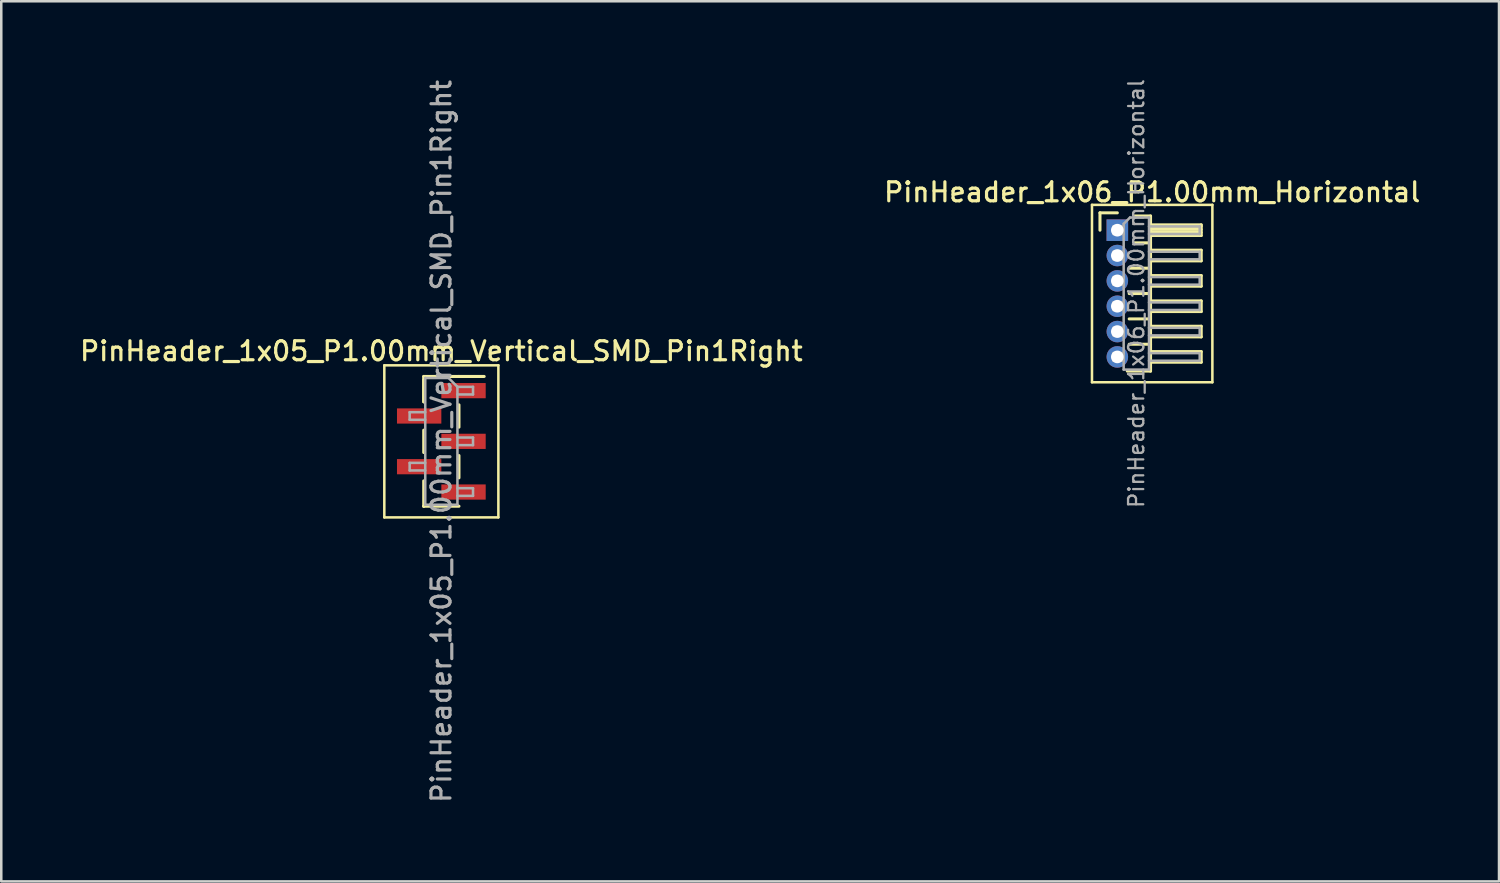
<source format=kicad_pcb>
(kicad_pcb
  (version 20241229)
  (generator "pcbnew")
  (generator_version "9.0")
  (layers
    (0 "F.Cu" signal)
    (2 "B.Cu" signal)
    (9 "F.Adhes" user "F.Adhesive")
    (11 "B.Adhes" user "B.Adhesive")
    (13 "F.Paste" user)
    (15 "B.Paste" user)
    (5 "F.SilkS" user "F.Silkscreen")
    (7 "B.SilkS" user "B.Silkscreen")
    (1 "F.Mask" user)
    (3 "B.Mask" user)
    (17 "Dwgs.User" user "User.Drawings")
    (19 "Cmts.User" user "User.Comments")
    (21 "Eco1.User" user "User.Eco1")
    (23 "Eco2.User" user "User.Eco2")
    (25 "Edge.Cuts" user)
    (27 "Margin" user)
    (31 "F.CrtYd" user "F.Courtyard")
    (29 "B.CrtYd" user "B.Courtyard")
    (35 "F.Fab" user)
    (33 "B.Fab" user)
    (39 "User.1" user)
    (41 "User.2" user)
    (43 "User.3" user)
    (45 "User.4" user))
  (footprint "PinHeader_1x06_P1.00mm_Horizontal"
    (layer "F.Cu")
    (at 41.034 6.032)
    (property "Reference" "PinHeader_1x06_P1.00mm_Horizontal" (at 1.375 -1.5 0) (layer "F.SilkS") (effects (font (size 0.75 0.75) (thickness 0.125))))
    (attr through_hole)
    (fp_line (start -1 -1) (end -1 6) (stroke (width 0.1) (type solid)) (layer "F.SilkS"))
    (fp_line (start -1 6) (end 3.75 6) (stroke (width 0.1) (type solid)) (layer "F.SilkS"))
    (fp_line (start -0.685 -0.685) (end 0 -0.685) (stroke (width 0.12) (type solid)) (layer "F.SilkS"))
    (fp_line (start -0.685 0) (end -0.685 -0.685) (stroke (width 0.12) (type solid)) (layer "F.SilkS"))
    (fp_line (start 0.468 1.5) (end 1.31 1.5) (stroke (width 0.12) (type solid)) (layer "F.SilkS"))
    (fp_line (start 0.468 2.5) (end 1.31 2.5) (stroke (width 0.12) (type solid)) (layer "F.SilkS"))
    (fp_line (start 0.468 3.5) (end 1.31 3.5) (stroke (width 0.12) (type solid)) (layer "F.SilkS"))
    (fp_line (start 0.468 4.5) (end 1.31 4.5) (stroke (width 0.12) (type solid)) (layer "F.SilkS"))
    (fp_line (start 0.685 -0.56) (end 1.31 -0.56) (stroke (width 0.12) (type solid)) (layer "F.SilkS"))
    (fp_line (start 0.685 0.5) (end 1.31 0.5) (stroke (width 0.12) (type solid)) (layer "F.SilkS"))
    (fp_line (start 1.31 -0.56) (end 1.31 5.56) (stroke (width 0.12) (type solid)) (layer "F.SilkS"))
    (fp_line (start 1.31 -0.21) (end 3.31 -0.21) (stroke (width 0.12) (type solid)) (layer "F.SilkS"))
    (fp_line (start 1.31 -0.15) (end 3.31 -0.15) (stroke (width 0.12) (type solid)) (layer "F.SilkS"))
    (fp_line (start 1.31 -0.03) (end 3.31 -0.03) (stroke (width 0.12) (type solid)) (layer "F.SilkS"))
    (fp_line (start 1.31 0.09) (end 3.31 0.09) (stroke (width 0.12) (type solid)) (layer "F.SilkS"))
    (fp_line (start 1.31 0.79) (end 3.31 0.79) (stroke (width 0.12) (type solid)) (layer "F.SilkS"))
    (fp_line (start 1.31 1.79) (end 3.31 1.79) (stroke (width 0.12) (type solid)) (layer "F.SilkS"))
    (fp_line (start 1.31 2.79) (end 3.31 2.79) (stroke (width 0.12) (type solid)) (layer "F.SilkS"))
    (fp_line (start 1.31 3.79) (end 3.31 3.79) (stroke (width 0.12) (type solid)) (layer "F.SilkS"))
    (fp_line (start 1.31 4.79) (end 3.31 4.79) (stroke (width 0.12) (type solid)) (layer "F.SilkS"))
    (fp_line (start 1.31 5.56) (end 0.394 5.56) (stroke (width 0.12) (type solid)) (layer "F.SilkS"))
    (fp_line (start 3.31 -0.21) (end 3.31 0.21) (stroke (width 0.12) (type solid)) (layer "F.SilkS"))
    (fp_line (start 3.31 0.21) (end 1.31 0.21) (stroke (width 0.12) (type solid)) (layer "F.SilkS"))
    (fp_line (start 3.31 0.79) (end 3.31 1.21) (stroke (width 0.12) (type solid)) (layer "F.SilkS"))
    (fp_line (start 3.31 1.21) (end 1.31 1.21) (stroke (width 0.12) (type solid)) (layer "F.SilkS"))
    (fp_line (start 3.31 1.79) (end 3.31 2.21) (stroke (width 0.12) (type solid)) (layer "F.SilkS"))
    (fp_line (start 3.31 2.21) (end 1.31 2.21) (stroke (width 0.12) (type solid)) (layer "F.SilkS"))
    (fp_line (start 3.31 2.79) (end 3.31 3.21) (stroke (width 0.12) (type solid)) (layer "F.SilkS"))
    (fp_line (start 3.31 3.21) (end 1.31 3.21) (stroke (width 0.12) (type solid)) (layer "F.SilkS"))
    (fp_line (start 3.31 3.79) (end 3.31 4.21) (stroke (width 0.12) (type solid)) (layer "F.SilkS"))
    (fp_line (start 3.31 4.21) (end 1.31 4.21) (stroke (width 0.12) (type solid)) (layer "F.SilkS"))
    (fp_line (start 3.31 4.79) (end 3.31 5.21) (stroke (width 0.12) (type solid)) (layer "F.SilkS"))
    (fp_line (start 3.31 5.21) (end 1.31 5.21) (stroke (width 0.12) (type solid)) (layer "F.SilkS"))
    (fp_line (start 3.75 -1) (end -1 -1) (stroke (width 0.1) (type solid)) (layer "F.SilkS"))
    (fp_line (start 3.75 6) (end 3.75 -1) (stroke (width 0.1) (type solid)) (layer "F.SilkS"))
    (fp_line (start -0.15 -0.15) (end -0.15 0.15) (stroke (width 0.1) (type solid)) (layer "F.Fab"))
    (fp_line (start -0.15 -0.15) (end 0.25 -0.15) (stroke (width 0.1) (type solid)) (layer "F.Fab"))
    (fp_line (start -0.15 0.15) (end 0.25 0.15) (stroke (width 0.1) (type solid)) (layer "F.Fab"))
    (fp_line (start -0.15 0.85) (end -0.15 1.15) (stroke (width 0.1) (type solid)) (layer "F.Fab"))
    (fp_line (start -0.15 0.85) (end 0.25 0.85) (stroke (width 0.1) (type solid)) (layer "F.Fab"))
    (fp_line (start -0.15 1.15) (end 0.25 1.15) (stroke (width 0.1) (type solid)) (layer "F.Fab"))
    (fp_line (start -0.15 1.85) (end -0.15 2.15) (stroke (width 0.1) (type solid)) (layer "F.Fab"))
    (fp_line (start -0.15 1.85) (end 0.25 1.85) (stroke (width 0.1) (type solid)) (layer "F.Fab"))
    (fp_line (start -0.15 2.15) (end 0.25 2.15) (stroke (width 0.1) (type solid)) (layer "F.Fab"))
    (fp_line (start -0.15 2.85) (end -0.15 3.15) (stroke (width 0.1) (type solid)) (layer "F.Fab"))
    (fp_line (start -0.15 2.85) (end 0.25 2.85) (stroke (width 0.1) (type solid)) (layer "F.Fab"))
    (fp_line (start -0.15 3.15) (end 0.25 3.15) (stroke (width 0.1) (type solid)) (layer "F.Fab"))
    (fp_line (start -0.15 3.85) (end -0.15 4.15) (stroke (width 0.1) (type solid)) (layer "F.Fab"))
    (fp_line (start -0.15 3.85) (end 0.25 3.85) (stroke (width 0.1) (type solid)) (layer "F.Fab"))
    (fp_line (start -0.15 4.15) (end 0.25 4.15) (stroke (width 0.1) (type solid)) (layer "F.Fab"))
    (fp_line (start -0.15 4.85) (end -0.15 5.15) (stroke (width 0.1) (type solid)) (layer "F.Fab"))
    (fp_line (start -0.15 4.85) (end 0.25 4.85) (stroke (width 0.1) (type solid)) (layer "F.Fab"))
    (fp_line (start -0.15 5.15) (end 0.25 5.15) (stroke (width 0.1) (type solid)) (layer "F.Fab"))
    (fp_line (start 0.25 -0.25) (end 0.5 -0.5) (stroke (width 0.1) (type solid)) (layer "F.Fab"))
    (fp_line (start 0.25 5.5) (end 0.25 -0.25) (stroke (width 0.1) (type solid)) (layer "F.Fab"))
    (fp_line (start 0.5 -0.5) (end 1.25 -0.5) (stroke (width 0.1) (type solid)) (layer "F.Fab"))
    (fp_line (start 1.25 -0.5) (end 1.25 5.5) (stroke (width 0.1) (type solid)) (layer "F.Fab"))
    (fp_line (start 1.25 -0.15) (end 3.25 -0.15) (stroke (width 0.1) (type solid)) (layer "F.Fab"))
    (fp_line (start 1.25 0.15) (end 3.25 0.15) (stroke (width 0.1) (type solid)) (layer "F.Fab"))
    (fp_line (start 1.25 0.85) (end 3.25 0.85) (stroke (width 0.1) (type solid)) (layer "F.Fab"))
    (fp_line (start 1.25 1.15) (end 3.25 1.15) (stroke (width 0.1) (type solid)) (layer "F.Fab"))
    (fp_line (start 1.25 1.85) (end 3.25 1.85) (stroke (width 0.1) (type solid)) (layer "F.Fab"))
    (fp_line (start 1.25 2.15) (end 3.25 2.15) (stroke (width 0.1) (type solid)) (layer "F.Fab"))
    (fp_line (start 1.25 2.85) (end 3.25 2.85) (stroke (width 0.1) (type solid)) (layer "F.Fab"))
    (fp_line (start 1.25 3.15) (end 3.25 3.15) (stroke (width 0.1) (type solid)) (layer "F.Fab"))
    (fp_line (start 1.25 3.85) (end 3.25 3.85) (stroke (width 0.1) (type solid)) (layer "F.Fab"))
    (fp_line (start 1.25 4.15) (end 3.25 4.15) (stroke (width 0.1) (type solid)) (layer "F.Fab"))
    (fp_line (start 1.25 4.85) (end 3.25 4.85) (stroke (width 0.1) (type solid)) (layer "F.Fab"))
    (fp_line (start 1.25 5.15) (end 3.25 5.15) (stroke (width 0.1) (type solid)) (layer "F.Fab"))
    (fp_line (start 1.25 5.5) (end 0.25 5.5) (stroke (width 0.1) (type solid)) (layer "F.Fab"))
    (fp_line (start 3.25 -0.15) (end 3.25 0.15) (stroke (width 0.1) (type solid)) (layer "F.Fab"))
    (fp_line (start 3.25 0.85) (end 3.25 1.15) (stroke (width 0.1) (type solid)) (layer "F.Fab"))
    (fp_line (start 3.25 1.85) (end 3.25 2.15) (stroke (width 0.1) (type solid)) (layer "F.Fab"))
    (fp_line (start 3.25 2.85) (end 3.25 3.15) (stroke (width 0.1) (type solid)) (layer "F.Fab"))
    (fp_line (start 3.25 3.85) (end 3.25 4.15) (stroke (width 0.1) (type solid)) (layer "F.Fab"))
    (fp_line (start 3.25 4.85) (end 3.25 5.15) (stroke (width 0.1) (type solid)) (layer "F.Fab"))
    (fp_text user "${REFERENCE}" (at 0.75 2.5 90) (layer "F.Fab") (effects (font (size 0.6 0.6) (thickness 0.09))))
    (pad "1" thru_hole rect (at 0 0) (size 0.85 0.85) (drill 0.5) (layers "*.Cu" "*.Mask"))
    (pad "2" thru_hole oval (at 0 1) (size 0.85 0.85) (drill 0.5) (layers "*.Cu" "*.Mask"))
    (pad "3" thru_hole oval (at 0 2) (size 0.85 0.85) (drill 0.5) (layers "*.Cu" "*.Mask"))
    (pad "4" thru_hole oval (at 0 3) (size 0.85 0.85) (drill 0.5) (layers "*.Cu" "*.Mask"))
    (pad "5" thru_hole oval (at 0 4) (size 0.85 0.85) (drill 0.5) (layers "*.Cu" "*.Mask"))
    (pad "6" thru_hole oval (at 0 5) (size 0.85 0.85) (drill 0.5) (layers "*.Cu" "*.Mask")))
  (footprint "PinHeader_1x05_P1.00mm_Vertical_SMD_Pin1Right"
    (layer "F.Cu")
    (at 14.363 14.363)
    (property "Reference" "PinHeader_1x05_P1.00mm_Vertical_SMD_Pin1Right" (at 0 -3.56 0) (layer "F.SilkS") (effects (font (size 0.75 0.75) (thickness 0.125))))
    (attr smd)
    (fp_line (start -2.25 -3) (end -2.25 3) (stroke (width 0.1) (type solid)) (layer "F.SilkS"))
    (fp_line (start -2.25 3) (end 2.25 3) (stroke (width 0.1) (type solid)) (layer "F.SilkS"))
    (fp_line (start -0.695 -2.56) (end -0.695 -1.56) (stroke (width 0.12) (type solid)) (layer "F.SilkS"))
    (fp_line (start -0.695 -2.56) (end 0.695 -2.56) (stroke (width 0.12) (type solid)) (layer "F.SilkS"))
    (fp_line (start -0.695 -2.44) (end -0.695 -1.56) (stroke (width 0.12) (type solid)) (layer "F.SilkS"))
    (fp_line (start -0.695 -0.44) (end -0.695 0.44) (stroke (width 0.12) (type solid)) (layer "F.SilkS"))
    (fp_line (start -0.695 1.56) (end -0.695 2.56) (stroke (width 0.12) (type solid)) (layer "F.SilkS"))
    (fp_line (start -0.695 2.56) (end -0.695 2.56) (stroke (width 0.12) (type solid)) (layer "F.SilkS"))
    (fp_line (start -0.695 2.56) (end 0.695 2.56) (stroke (width 0.12) (type solid)) (layer "F.SilkS"))
    (fp_line (start 0.695 -2.56) (end 0.695 -2.56) (stroke (width 0.12) (type solid)) (layer "F.SilkS"))
    (fp_line (start 0.695 -2.56) (end 1.69 -2.56) (stroke (width 0.12) (type solid)) (layer "F.SilkS"))
    (fp_line (start 0.695 -1.44) (end 0.695 -0.56) (stroke (width 0.12) (type solid)) (layer "F.SilkS"))
    (fp_line (start 0.695 0.56) (end 0.695 1.44) (stroke (width 0.12) (type solid)) (layer "F.SilkS"))
    (fp_line (start 2.25 -3) (end -2.25 -3) (stroke (width 0.1) (type solid)) (layer "F.SilkS"))
    (fp_line (start 2.25 3) (end 2.25 -3) (stroke (width 0.1) (type solid)) (layer "F.SilkS"))
    (fp_line (start -1.25 -1.15) (end -1.25 -0.85) (stroke (width 0.1) (type solid)) (layer "F.Fab"))
    (fp_line (start -1.25 -0.85) (end -0.635 -0.85) (stroke (width 0.1) (type solid)) (layer "F.Fab"))
    (fp_line (start -1.25 0.85) (end -1.25 1.15) (stroke (width 0.1) (type solid)) (layer "F.Fab"))
    (fp_line (start -1.25 1.15) (end -0.635 1.15) (stroke (width 0.1) (type solid)) (layer "F.Fab"))
    (fp_line (start -0.635 -2.5) (end -0.635 2.5) (stroke (width 0.1) (type solid)) (layer "F.Fab"))
    (fp_line (start -0.635 -2.5) (end 0.285 -2.5) (stroke (width 0.1) (type solid)) (layer "F.Fab"))
    (fp_line (start -0.635 -1.15) (end -1.25 -1.15) (stroke (width 0.1) (type solid)) (layer "F.Fab"))
    (fp_line (start -0.635 0.85) (end -1.25 0.85) (stroke (width 0.1) (type solid)) (layer "F.Fab"))
    (fp_line (start 0.635 -2.15) (end 0.285 -2.5) (stroke (width 0.1) (type solid)) (layer "F.Fab"))
    (fp_line (start 0.635 -2.15) (end 1.25 -2.15) (stroke (width 0.1) (type solid)) (layer "F.Fab"))
    (fp_line (start 0.635 -0.15) (end 1.25 -0.15) (stroke (width 0.1) (type solid)) (layer "F.Fab"))
    (fp_line (start 0.635 1.85) (end 1.25 1.85) (stroke (width 0.1) (type solid)) (layer "F.Fab"))
    (fp_line (start 0.635 2.5) (end -0.635 2.5) (stroke (width 0.1) (type solid)) (layer "F.Fab"))
    (fp_line (start 0.635 2.5) (end 0.635 -2.15) (stroke (width 0.1) (type solid)) (layer "F.Fab"))
    (fp_line (start 1.25 -2.15) (end 1.25 -1.85) (stroke (width 0.1) (type solid)) (layer "F.Fab"))
    (fp_line (start 1.25 -1.85) (end 0.635 -1.85) (stroke (width 0.1) (type solid)) (layer "F.Fab"))
    (fp_line (start 1.25 -0.15) (end 1.25 0.15) (stroke (width 0.1) (type solid)) (layer "F.Fab"))
    (fp_line (start 1.25 0.15) (end 0.635 0.15) (stroke (width 0.1) (type solid)) (layer "F.Fab"))
    (fp_line (start 1.25 1.85) (end 1.25 2.15) (stroke (width 0.1) (type solid)) (layer "F.Fab"))
    (fp_line (start 1.25 2.15) (end 0.635 2.15) (stroke (width 0.1) (type solid)) (layer "F.Fab"))
    (fp_text user "${REFERENCE}" (at 0 0 90) (layer "F.Fab") (effects (font (size 0.75 0.75) (thickness 0.125))))
    (pad "1" smd rect (at 0.875 -2) (size 1.75 0.6) (layers "F.Cu" "F.Mask" "F.Paste"))
    (pad "2" smd rect (at -0.875 -1) (size 1.75 0.6) (layers "F.Cu" "F.Mask" "F.Paste"))
    (pad "3" smd rect (at 0.875 0) (size 1.75 0.6) (layers "F.Cu" "F.Mask" "F.Paste"))
    (pad "4" smd rect (at -0.875 1) (size 1.75 0.6) (layers "F.Cu" "F.Mask" "F.Paste"))
    (pad "5" smd rect (at 0.875 2) (size 1.75 0.6) (layers "F.Cu" "F.Mask" "F.Paste")))
  (gr_rect
    (start -3 -3)
    (end 56.093 31.725)
    (stroke (width 0.1) (type default))
    (fill no)
    (layer "Edge.Cuts")))
</source>
